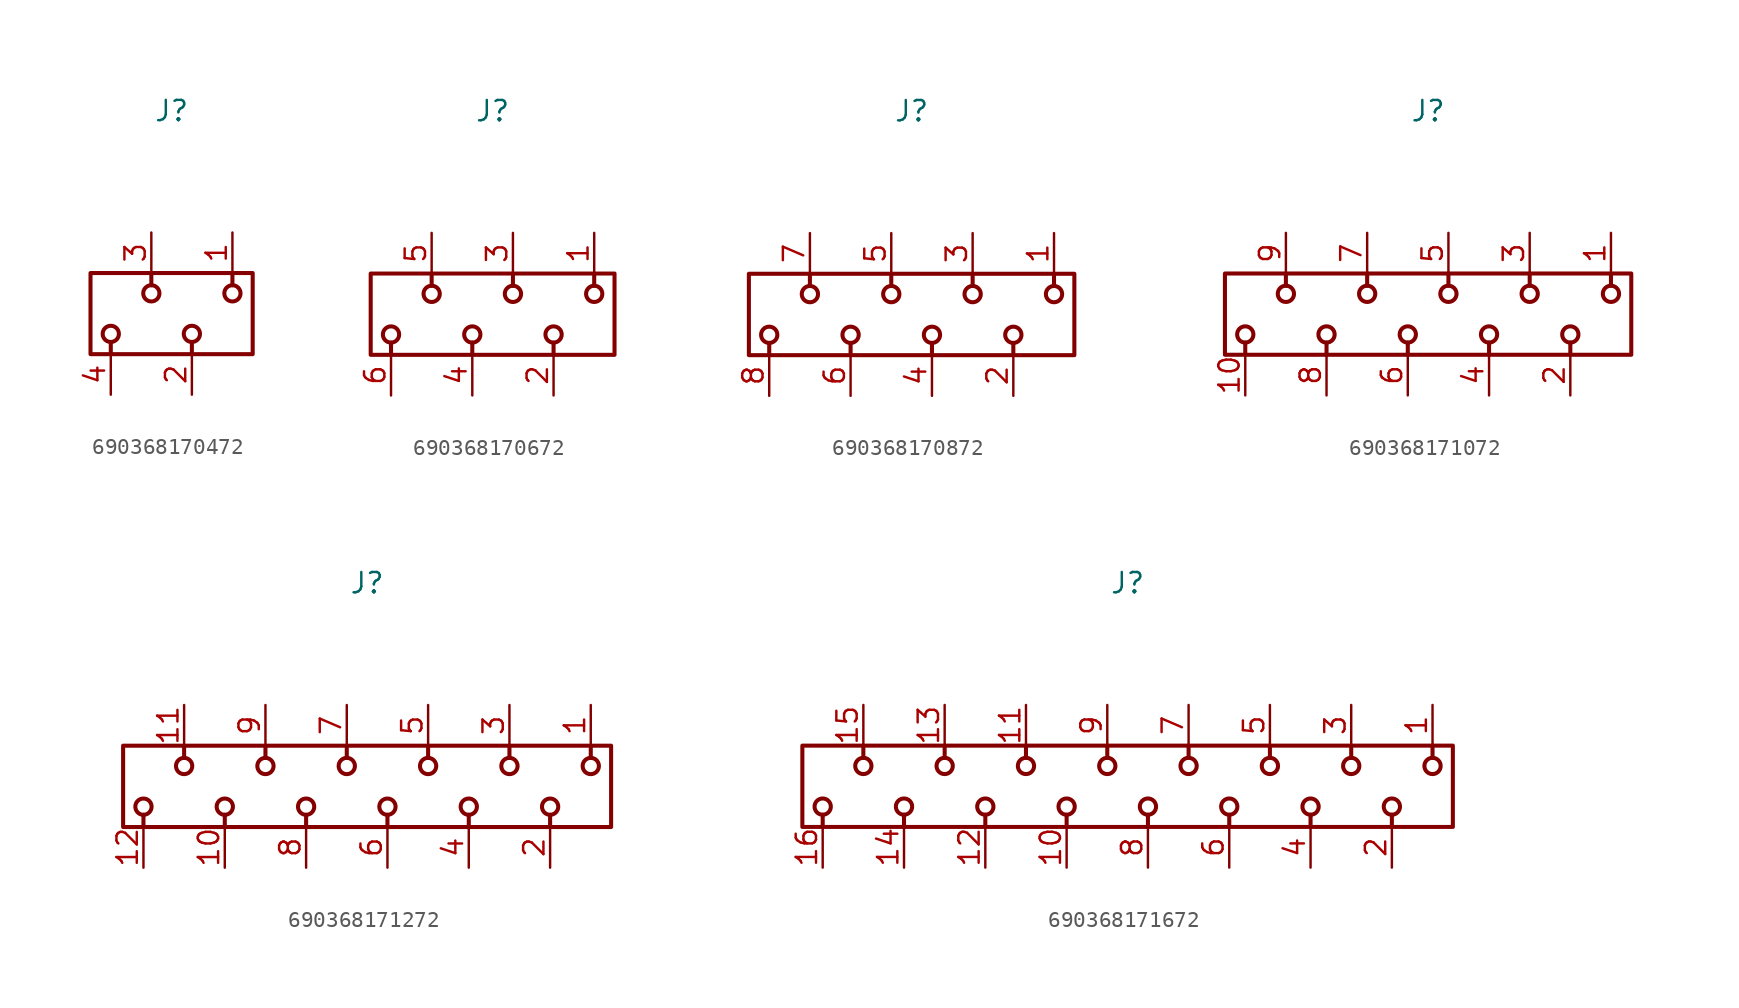
<source format=kicad_sym>
(kicad_symbol_lib
  (version 20241209)
  (generator "kicad_symbol_editor")
  (generator_version "9.0")
  (symbol "690368170472"
    (pin_names
      (hide yes))
    (property "Reference" "J"
      (at 0 12.7 0)
      (effects (font (size 1.27 1.27))))
    (symbol "690368170472_1_1"
      (rectangle (start -5.08 2.54) (end 5.08 -2.54) (stroke (width 0.254) (type solid)) (fill (type none)))
      (circle (center -3.81 -1.27) (radius 0.508) (stroke (width 0.254) (type solid)) (fill (type none)))
      (polyline (pts (xy -3.81 -1.778) (xy -3.81 -2.54)) (stroke (width 0.254) (type solid)) (fill (type none)))
      (polyline (pts (xy -1.27 1.778) (xy -1.27 2.54)) (stroke (width 0.254) (type solid)) (fill (type none)))
      (circle (center -1.27 1.27) (radius 0.508) (stroke (width 0.254) (type solid)) (fill (type none)))
      (circle (center 1.27 -1.27) (radius 0.508) (stroke (width 0.254) (type solid)) (fill (type none)))
      (polyline (pts (xy 1.27 -1.778) (xy 1.27 -2.54)) (stroke (width 0.254) (type solid)) (fill (type none)))
      (polyline (pts (xy 3.81 1.778) (xy 3.81 2.54)) (stroke (width 0.254) (type solid)) (fill (type none)))
      (circle (center 3.81 1.27) (radius 0.508) (stroke (width 0.254) (type solid)) (fill (type none)))
      (pin passive line (at -3.81 -5.08 90) (length 2.54) (name "4" (effects (font (size 1.27 1.27)))) (number "4" (effects (font (size 1.27 1.27)))))
      (pin passive line (at -1.27 5.08 270) (length 2.54) (name "3" (effects (font (size 1.27 1.27)))) (number "3" (effects (font (size 1.27 1.27)))))
      (pin passive line (at 1.27 -5.08 90) (length 2.54) (name "2" (effects (font (size 1.27 1.27)))) (number "2" (effects (font (size 1.27 1.27)))))
      (pin passive line (at 3.81 5.08 270) (length 2.54) (name "1" (effects (font (size 1.27 1.27)))) (number "1" (effects (font (size 1.27 1.27)))))))
  (symbol "690368170672"
    (pin_names
      (hide yes))
    (property "Reference" "J"
      (at 0 12.7 0)
      (effects (font (size 1.27 1.27))))
    (symbol "690368170672_1_1"
      (rectangle (start -7.62 2.54) (end 7.62 -2.54) (stroke (width 0.254) (type solid)) (fill (type none)))
      (circle (center -6.35 -1.27) (radius 0.508) (stroke (width 0.254) (type solid)) (fill (type none)))
      (polyline (pts (xy -6.35 -1.778) (xy -6.35 -2.54)) (stroke (width 0.254) (type solid)) (fill (type none)))
      (polyline (pts (xy -3.81 1.778) (xy -3.81 2.54)) (stroke (width 0.254) (type solid)) (fill (type none)))
      (circle (center -3.81 1.27) (radius 0.508) (stroke (width 0.254) (type solid)) (fill (type none)))
      (circle (center -1.27 -1.27) (radius 0.508) (stroke (width 0.254) (type solid)) (fill (type none)))
      (polyline (pts (xy -1.27 -1.778) (xy -1.27 -2.54)) (stroke (width 0.254) (type solid)) (fill (type none)))
      (polyline (pts (xy 1.27 1.778) (xy 1.27 2.54)) (stroke (width 0.254) (type solid)) (fill (type none)))
      (circle (center 1.27 1.27) (radius 0.508) (stroke (width 0.254) (type solid)) (fill (type none)))
      (circle (center 3.81 -1.27) (radius 0.508) (stroke (width 0.254) (type solid)) (fill (type none)))
      (polyline (pts (xy 3.81 -1.778) (xy 3.81 -2.54)) (stroke (width 0.254) (type solid)) (fill (type none)))
      (polyline (pts (xy 6.35 1.778) (xy 6.35 2.54)) (stroke (width 0.254) (type solid)) (fill (type none)))
      (circle (center 6.35 1.27) (radius 0.508) (stroke (width 0.254) (type solid)) (fill (type none)))
      (pin passive line (at -6.35 -5.08 90) (length 2.54) (name "6" (effects (font (size 1.27 1.27)))) (number "6" (effects (font (size 1.27 1.27)))))
      (pin passive line (at -3.81 5.08 270) (length 2.54) (name "5" (effects (font (size 1.27 1.27)))) (number "5" (effects (font (size 1.27 1.27)))))
      (pin passive line (at -1.27 -5.08 90) (length 2.54) (name "4" (effects (font (size 1.27 1.27)))) (number "4" (effects (font (size 1.27 1.27)))))
      (pin passive line (at 1.27 5.08 270) (length 2.54) (name "3" (effects (font (size 1.27 1.27)))) (number "3" (effects (font (size 1.27 1.27)))))
      (pin passive line (at 3.81 -5.08 90) (length 2.54) (name "2" (effects (font (size 1.27 1.27)))) (number "2" (effects (font (size 1.27 1.27)))))
      (pin passive line (at 6.35 5.08 270) (length 2.54) (name "1" (effects (font (size 1.27 1.27)))) (number "1" (effects (font (size 1.27 1.27)))))))
  (symbol "690368170872"
    (pin_names
      (hide yes))
    (property "Reference" "J"
      (at 0 12.7 0)
      (effects (font (size 1.27 1.27))))
    (symbol "690368170872_1_1"
      (rectangle (start -10.16 2.54) (end 10.16 -2.54) (stroke (width 0.254) (type solid)) (fill (type none)))
      (circle (center -8.89 -1.27) (radius 0.508) (stroke (width 0.254) (type solid)) (fill (type none)))
      (polyline (pts (xy -8.89 -1.778) (xy -8.89 -2.54)) (stroke (width 0.254) (type solid)) (fill (type none)))
      (polyline (pts (xy -6.35 1.778) (xy -6.35 2.54)) (stroke (width 0.254) (type solid)) (fill (type none)))
      (circle (center -6.35 1.27) (radius 0.508) (stroke (width 0.254) (type solid)) (fill (type none)))
      (circle (center -3.81 -1.27) (radius 0.508) (stroke (width 0.254) (type solid)) (fill (type none)))
      (polyline (pts (xy -3.81 -1.778) (xy -3.81 -2.54)) (stroke (width 0.254) (type solid)) (fill (type none)))
      (polyline (pts (xy -1.27 1.778) (xy -1.27 2.54)) (stroke (width 0.254) (type solid)) (fill (type none)))
      (circle (center -1.27 1.27) (radius 0.508) (stroke (width 0.254) (type solid)) (fill (type none)))
      (circle (center 1.27 -1.27) (radius 0.508) (stroke (width 0.254) (type solid)) (fill (type none)))
      (polyline (pts (xy 1.27 -1.778) (xy 1.27 -2.54)) (stroke (width 0.254) (type solid)) (fill (type none)))
      (polyline (pts (xy 3.81 1.778) (xy 3.81 2.54)) (stroke (width 0.254) (type solid)) (fill (type none)))
      (circle (center 3.81 1.27) (radius 0.508) (stroke (width 0.254) (type solid)) (fill (type none)))
      (circle (center 6.35 -1.27) (radius 0.508) (stroke (width 0.254) (type solid)) (fill (type none)))
      (polyline (pts (xy 6.35 -1.778) (xy 6.35 -2.54)) (stroke (width 0.254) (type solid)) (fill (type none)))
      (polyline (pts (xy 8.89 1.778) (xy 8.89 2.54)) (stroke (width 0.254) (type solid)) (fill (type none)))
      (circle (center 8.89 1.27) (radius 0.508) (stroke (width 0.254) (type solid)) (fill (type none)))
      (pin passive line (at -8.89 -5.08 90) (length 2.54) (name "8" (effects (font (size 1.27 1.27)))) (number "8" (effects (font (size 1.27 1.27)))))
      (pin passive line (at -6.35 5.08 270) (length 2.54) (name "7" (effects (font (size 1.27 1.27)))) (number "7" (effects (font (size 1.27 1.27)))))
      (pin passive line (at -3.81 -5.08 90) (length 2.54) (name "6" (effects (font (size 1.27 1.27)))) (number "6" (effects (font (size 1.27 1.27)))))
      (pin passive line (at -1.27 5.08 270) (length 2.54) (name "5" (effects (font (size 1.27 1.27)))) (number "5" (effects (font (size 1.27 1.27)))))
      (pin passive line (at 1.27 -5.08 90) (length 2.54) (name "4" (effects (font (size 1.27 1.27)))) (number "4" (effects (font (size 1.27 1.27)))))
      (pin passive line (at 3.81 5.08 270) (length 2.54) (name "3" (effects (font (size 1.27 1.27)))) (number "3" (effects (font (size 1.27 1.27)))))
      (pin passive line (at 6.35 -5.08 90) (length 2.54) (name "2" (effects (font (size 1.27 1.27)))) (number "2" (effects (font (size 1.27 1.27)))))
      (pin passive line (at 8.89 5.08 270) (length 2.54) (name "1" (effects (font (size 1.27 1.27)))) (number "1" (effects (font (size 1.27 1.27)))))))
  (symbol "690368171072"
    (pin_names
      (hide yes))
    (property "Reference" "J"
      (at 0 12.7 0)
      (effects (font (size 1.27 1.27))))
    (symbol "690368171072_1_1"
      (rectangle (start -12.7 2.54) (end 12.7 -2.54) (stroke (width 0.254) (type solid)) (fill (type none)))
      (circle (center -11.43 -1.27) (radius 0.508) (stroke (width 0.254) (type solid)) (fill (type none)))
      (polyline (pts (xy -11.43 -1.778) (xy -11.43 -2.54)) (stroke (width 0.254) (type solid)) (fill (type none)))
      (polyline (pts (xy -8.89 1.778) (xy -8.89 2.54)) (stroke (width 0.254) (type solid)) (fill (type none)))
      (circle (center -8.89 1.27) (radius 0.508) (stroke (width 0.254) (type solid)) (fill (type none)))
      (circle (center -6.35 -1.27) (radius 0.508) (stroke (width 0.254) (type solid)) (fill (type none)))
      (polyline (pts (xy -6.35 -1.778) (xy -6.35 -2.54)) (stroke (width 0.254) (type solid)) (fill (type none)))
      (polyline (pts (xy -3.81 1.778) (xy -3.81 2.54)) (stroke (width 0.254) (type solid)) (fill (type none)))
      (circle (center -3.81 1.27) (radius 0.508) (stroke (width 0.254) (type solid)) (fill (type none)))
      (circle (center -1.27 -1.27) (radius 0.508) (stroke (width 0.254) (type solid)) (fill (type none)))
      (polyline (pts (xy -1.27 -1.778) (xy -1.27 -2.54)) (stroke (width 0.254) (type solid)) (fill (type none)))
      (polyline (pts (xy 1.27 1.778) (xy 1.27 2.54)) (stroke (width 0.254) (type solid)) (fill (type none)))
      (circle (center 1.27 1.27) (radius 0.508) (stroke (width 0.254) (type solid)) (fill (type none)))
      (circle (center 3.81 -1.27) (radius 0.508) (stroke (width 0.254) (type solid)) (fill (type none)))
      (polyline (pts (xy 3.81 -1.778) (xy 3.81 -2.54)) (stroke (width 0.254) (type solid)) (fill (type none)))
      (polyline (pts (xy 6.35 1.778) (xy 6.35 2.54)) (stroke (width 0.254) (type solid)) (fill (type none)))
      (circle (center 6.35 1.27) (radius 0.508) (stroke (width 0.254) (type solid)) (fill (type none)))
      (circle (center 8.89 -1.27) (radius 0.508) (stroke (width 0.254) (type solid)) (fill (type none)))
      (polyline (pts (xy 8.89 -1.778) (xy 8.89 -2.54)) (stroke (width 0.254) (type solid)) (fill (type none)))
      (polyline (pts (xy 11.43 1.778) (xy 11.43 2.54)) (stroke (width 0.254) (type solid)) (fill (type none)))
      (circle (center 11.43 1.27) (radius 0.508) (stroke (width 0.254) (type solid)) (fill (type none)))
      (pin passive line (at -11.43 -5.08 90) (length 2.54) (name "10" (effects (font (size 1.27 1.27)))) (number "10" (effects (font (size 1.27 1.27)))))
      (pin passive line (at -8.89 5.08 270) (length 2.54) (name "9" (effects (font (size 1.27 1.27)))) (number "9" (effects (font (size 1.27 1.27)))))
      (pin passive line (at -6.35 -5.08 90) (length 2.54) (name "8" (effects (font (size 1.27 1.27)))) (number "8" (effects (font (size 1.27 1.27)))))
      (pin passive line (at -3.81 5.08 270) (length 2.54) (name "7" (effects (font (size 1.27 1.27)))) (number "7" (effects (font (size 1.27 1.27)))))
      (pin passive line (at -1.27 -5.08 90) (length 2.54) (name "6" (effects (font (size 1.27 1.27)))) (number "6" (effects (font (size 1.27 1.27)))))
      (pin passive line (at 1.27 5.08 270) (length 2.54) (name "5" (effects (font (size 1.27 1.27)))) (number "5" (effects (font (size 1.27 1.27)))))
      (pin passive line (at 3.81 -5.08 90) (length 2.54) (name "4" (effects (font (size 1.27 1.27)))) (number "4" (effects (font (size 1.27 1.27)))))
      (pin passive line (at 6.35 5.08 270) (length 2.54) (name "3" (effects (font (size 1.27 1.27)))) (number "3" (effects (font (size 1.27 1.27)))))
      (pin passive line (at 8.89 -5.08 90) (length 2.54) (name "2" (effects (font (size 1.27 1.27)))) (number "2" (effects (font (size 1.27 1.27)))))
      (pin passive line (at 11.43 5.08 270) (length 2.54) (name "1" (effects (font (size 1.27 1.27)))) (number "1" (effects (font (size 1.27 1.27)))))))
  (symbol "690368171272"
    (pin_names
      (hide yes))
    (property "Reference" "J"
      (at 0 12.7 0)
      (effects (font (size 1.27 1.27))))
    (symbol "690368171272_1_1"
      (rectangle (start -15.24 2.54) (end 15.24 -2.54) (stroke (width 0.254) (type solid)) (fill (type none)))
      (circle (center -13.97 -1.27) (radius 0.508) (stroke (width 0.254) (type solid)) (fill (type none)))
      (polyline (pts (xy -13.97 -1.778) (xy -13.97 -2.54)) (stroke (width 0.254) (type solid)) (fill (type none)))
      (polyline (pts (xy -11.43 1.778) (xy -11.43 2.54)) (stroke (width 0.254) (type solid)) (fill (type none)))
      (circle (center -11.43 1.27) (radius 0.508) (stroke (width 0.254) (type solid)) (fill (type none)))
      (circle (center -8.89 -1.27) (radius 0.508) (stroke (width 0.254) (type solid)) (fill (type none)))
      (polyline (pts (xy -8.89 -1.778) (xy -8.89 -2.54)) (stroke (width 0.254) (type solid)) (fill (type none)))
      (polyline (pts (xy -6.35 1.778) (xy -6.35 2.54)) (stroke (width 0.254) (type solid)) (fill (type none)))
      (circle (center -6.35 1.27) (radius 0.508) (stroke (width 0.254) (type solid)) (fill (type none)))
      (circle (center -3.81 -1.27) (radius 0.508) (stroke (width 0.254) (type solid)) (fill (type none)))
      (polyline (pts (xy -3.81 -1.778) (xy -3.81 -2.54)) (stroke (width 0.254) (type solid)) (fill (type none)))
      (polyline (pts (xy -1.27 1.778) (xy -1.27 2.54)) (stroke (width 0.254) (type solid)) (fill (type none)))
      (circle (center -1.27 1.27) (radius 0.508) (stroke (width 0.254) (type solid)) (fill (type none)))
      (circle (center 1.27 -1.27) (radius 0.508) (stroke (width 0.254) (type solid)) (fill (type none)))
      (polyline (pts (xy 1.27 -1.778) (xy 1.27 -2.54)) (stroke (width 0.254) (type solid)) (fill (type none)))
      (polyline (pts (xy 3.81 1.778) (xy 3.81 2.54)) (stroke (width 0.254) (type solid)) (fill (type none)))
      (circle (center 3.81 1.27) (radius 0.508) (stroke (width 0.254) (type solid)) (fill (type none)))
      (circle (center 6.35 -1.27) (radius 0.508) (stroke (width 0.254) (type solid)) (fill (type none)))
      (polyline (pts (xy 6.35 -1.778) (xy 6.35 -2.54)) (stroke (width 0.254) (type solid)) (fill (type none)))
      (polyline (pts (xy 8.89 1.778) (xy 8.89 2.54)) (stroke (width 0.254) (type solid)) (fill (type none)))
      (circle (center 8.89 1.27) (radius 0.508) (stroke (width 0.254) (type solid)) (fill (type none)))
      (circle (center 11.43 -1.27) (radius 0.508) (stroke (width 0.254) (type solid)) (fill (type none)))
      (polyline (pts (xy 11.43 -1.778) (xy 11.43 -2.54)) (stroke (width 0.254) (type solid)) (fill (type none)))
      (polyline (pts (xy 13.97 1.778) (xy 13.97 2.54)) (stroke (width 0.254) (type solid)) (fill (type none)))
      (circle (center 13.97 1.27) (radius 0.508) (stroke (width 0.254) (type solid)) (fill (type none)))
      (pin passive line (at -13.97 -5.08 90) (length 2.54) (name "12" (effects (font (size 1.27 1.27)))) (number "12" (effects (font (size 1.27 1.27)))))
      (pin passive line (at -11.43 5.08 270) (length 2.54) (name "11" (effects (font (size 1.27 1.27)))) (number "11" (effects (font (size 1.27 1.27)))))
      (pin passive line (at -8.89 -5.08 90) (length 2.54) (name "10" (effects (font (size 1.27 1.27)))) (number "10" (effects (font (size 1.27 1.27)))))
      (pin passive line (at -6.35 5.08 270) (length 2.54) (name "9" (effects (font (size 1.27 1.27)))) (number "9" (effects (font (size 1.27 1.27)))))
      (pin passive line (at -3.81 -5.08 90) (length 2.54) (name "8" (effects (font (size 1.27 1.27)))) (number "8" (effects (font (size 1.27 1.27)))))
      (pin passive line (at -1.27 5.08 270) (length 2.54) (name "7" (effects (font (size 1.27 1.27)))) (number "7" (effects (font (size 1.27 1.27)))))
      (pin passive line (at 1.27 -5.08 90) (length 2.54) (name "6" (effects (font (size 1.27 1.27)))) (number "6" (effects (font (size 1.27 1.27)))))
      (pin passive line (at 3.81 5.08 270) (length 2.54) (name "5" (effects (font (size 1.27 1.27)))) (number "5" (effects (font (size 1.27 1.27)))))
      (pin passive line (at 6.35 -5.08 90) (length 2.54) (name "4" (effects (font (size 1.27 1.27)))) (number "4" (effects (font (size 1.27 1.27)))))
      (pin passive line (at 8.89 5.08 270) (length 2.54) (name "3" (effects (font (size 1.27 1.27)))) (number "3" (effects (font (size 1.27 1.27)))))
      (pin passive line (at 11.43 -5.08 90) (length 2.54) (name "2" (effects (font (size 1.27 1.27)))) (number "2" (effects (font (size 1.27 1.27)))))
      (pin passive line (at 13.97 5.08 270) (length 2.54) (name "1" (effects (font (size 1.27 1.27)))) (number "1" (effects (font (size 1.27 1.27)))))))
  (symbol "690368171672"
    (pin_names
      (hide yes))
    (property "Reference" "J"
      (at 0 12.7 0)
      (effects (font (size 1.27 1.27))))
    (symbol "690368171672_1_1"
      (rectangle (start -20.32 2.54) (end 20.32 -2.54) (stroke (width 0.254) (type solid)) (fill (type none)))
      (circle (center -19.05 -1.27) (radius 0.508) (stroke (width 0.254) (type solid)) (fill (type none)))
      (polyline (pts (xy -19.05 -1.778) (xy -19.05 -2.54)) (stroke (width 0.254) (type solid)) (fill (type none)))
      (polyline (pts (xy -16.51 1.778) (xy -16.51 2.54)) (stroke (width 0.254) (type solid)) (fill (type none)))
      (circle (center -16.51 1.27) (radius 0.508) (stroke (width 0.254) (type solid)) (fill (type none)))
      (circle (center -13.97 -1.27) (radius 0.508) (stroke (width 0.254) (type solid)) (fill (type none)))
      (polyline (pts (xy -13.97 -1.778) (xy -13.97 -2.54)) (stroke (width 0.254) (type solid)) (fill (type none)))
      (polyline (pts (xy -11.43 1.778) (xy -11.43 2.54)) (stroke (width 0.254) (type solid)) (fill (type none)))
      (circle (center -11.43 1.27) (radius 0.508) (stroke (width 0.254) (type solid)) (fill (type none)))
      (circle (center -8.89 -1.27) (radius 0.508) (stroke (width 0.254) (type solid)) (fill (type none)))
      (polyline (pts (xy -8.89 -1.778) (xy -8.89 -2.54)) (stroke (width 0.254) (type solid)) (fill (type none)))
      (polyline (pts (xy -6.35 1.778) (xy -6.35 2.54)) (stroke (width 0.254) (type solid)) (fill (type none)))
      (circle (center -6.35 1.27) (radius 0.508) (stroke (width 0.254) (type solid)) (fill (type none)))
      (circle (center -3.81 -1.27) (radius 0.508) (stroke (width 0.254) (type solid)) (fill (type none)))
      (polyline (pts (xy -3.81 -1.778) (xy -3.81 -2.54)) (stroke (width 0.254) (type solid)) (fill (type none)))
      (polyline (pts (xy -1.27 1.778) (xy -1.27 2.54)) (stroke (width 0.254) (type solid)) (fill (type none)))
      (circle (center -1.27 1.27) (radius 0.508) (stroke (width 0.254) (type solid)) (fill (type none)))
      (circle (center 1.27 -1.27) (radius 0.508) (stroke (width 0.254) (type solid)) (fill (type none)))
      (polyline (pts (xy 1.27 -1.778) (xy 1.27 -2.54)) (stroke (width 0.254) (type solid)) (fill (type none)))
      (polyline (pts (xy 3.81 1.778) (xy 3.81 2.54)) (stroke (width 0.254) (type solid)) (fill (type none)))
      (circle (center 3.81 1.27) (radius 0.508) (stroke (width 0.254) (type solid)) (fill (type none)))
      (circle (center 6.35 -1.27) (radius 0.508) (stroke (width 0.254) (type solid)) (fill (type none)))
      (polyline (pts (xy 6.35 -1.778) (xy 6.35 -2.54)) (stroke (width 0.254) (type solid)) (fill (type none)))
      (polyline (pts (xy 8.89 1.778) (xy 8.89 2.54)) (stroke (width 0.254) (type solid)) (fill (type none)))
      (circle (center 8.89 1.27) (radius 0.508) (stroke (width 0.254) (type solid)) (fill (type none)))
      (circle (center 11.43 -1.27) (radius 0.508) (stroke (width 0.254) (type solid)) (fill (type none)))
      (polyline (pts (xy 11.43 -1.778) (xy 11.43 -2.54)) (stroke (width 0.254) (type solid)) (fill (type none)))
      (polyline (pts (xy 13.97 1.778) (xy 13.97 2.54)) (stroke (width 0.254) (type solid)) (fill (type none)))
      (circle (center 13.97 1.27) (radius 0.508) (stroke (width 0.254) (type solid)) (fill (type none)))
      (circle (center 16.51 -1.27) (radius 0.508) (stroke (width 0.254) (type solid)) (fill (type none)))
      (polyline (pts (xy 16.51 -1.778) (xy 16.51 -2.54)) (stroke (width 0.254) (type solid)) (fill (type none)))
      (polyline (pts (xy 19.05 1.778) (xy 19.05 2.54)) (stroke (width 0.254) (type solid)) (fill (type none)))
      (circle (center 19.05 1.27) (radius 0.508) (stroke (width 0.254) (type solid)) (fill (type none)))
      (pin passive line (at -19.05 -5.08 90) (length 2.54) (name "16" (effects (font (size 1.27 1.27)))) (number "16" (effects (font (size 1.27 1.27)))))
      (pin passive line (at -16.51 5.08 270) (length 2.54) (name "15" (effects (font (size 1.27 1.27)))) (number "15" (effects (font (size 1.27 1.27)))))
      (pin passive line (at -13.97 -5.08 90) (length 2.54) (name "14" (effects (font (size 1.27 1.27)))) (number "14" (effects (font (size 1.27 1.27)))))
      (pin passive line (at -11.43 5.08 270) (length 2.54) (name "13" (effects (font (size 1.27 1.27)))) (number "13" (effects (font (size 1.27 1.27)))))
      (pin passive line (at -8.89 -5.08 90) (length 2.54) (name "12" (effects (font (size 1.27 1.27)))) (number "12" (effects (font (size 1.27 1.27)))))
      (pin passive line (at -6.35 5.08 270) (length 2.54) (name "11" (effects (font (size 1.27 1.27)))) (number "11" (effects (font (size 1.27 1.27)))))
      (pin passive line (at -3.81 -5.08 90) (length 2.54) (name "10" (effects (font (size 1.27 1.27)))) (number "10" (effects (font (size 1.27 1.27)))))
      (pin passive line (at -1.27 5.08 270) (length 2.54) (name "9" (effects (font (size 1.27 1.27)))) (number "9" (effects (font (size 1.27 1.27)))))
      (pin passive line (at 1.27 -5.08 90) (length 2.54) (name "8" (effects (font (size 1.27 1.27)))) (number "8" (effects (font (size 1.27 1.27)))))
      (pin passive line (at 3.81 5.08 270) (length 2.54) (name "7" (effects (font (size 1.27 1.27)))) (number "7" (effects (font (size 1.27 1.27)))))
      (pin passive line (at 6.35 -5.08 90) (length 2.54) (name "6" (effects (font (size 1.27 1.27)))) (number "6" (effects (font (size 1.27 1.27)))))
      (pin passive line (at 8.89 5.08 270) (length 2.54) (name "5" (effects (font (size 1.27 1.27)))) (number "5" (effects (font (size 1.27 1.27)))))
      (pin passive line (at 11.43 -5.08 90) (length 2.54) (name "4" (effects (font (size 1.27 1.27)))) (number "4" (effects (font (size 1.27 1.27)))))
      (pin passive line (at 13.97 5.08 270) (length 2.54) (name "3" (effects (font (size 1.27 1.27)))) (number "3" (effects (font (size 1.27 1.27)))))
      (pin passive line (at 16.51 -5.08 90) (length 2.54) (name "2" (effects (font (size 1.27 1.27)))) (number "2" (effects (font (size 1.27 1.27)))))
      (pin passive line (at 19.05 5.08 270) (length 2.54) (name "1" (effects (font (size 1.27 1.27)))) (number "1" (effects (font (size 1.27 1.27))))))))
</source>
